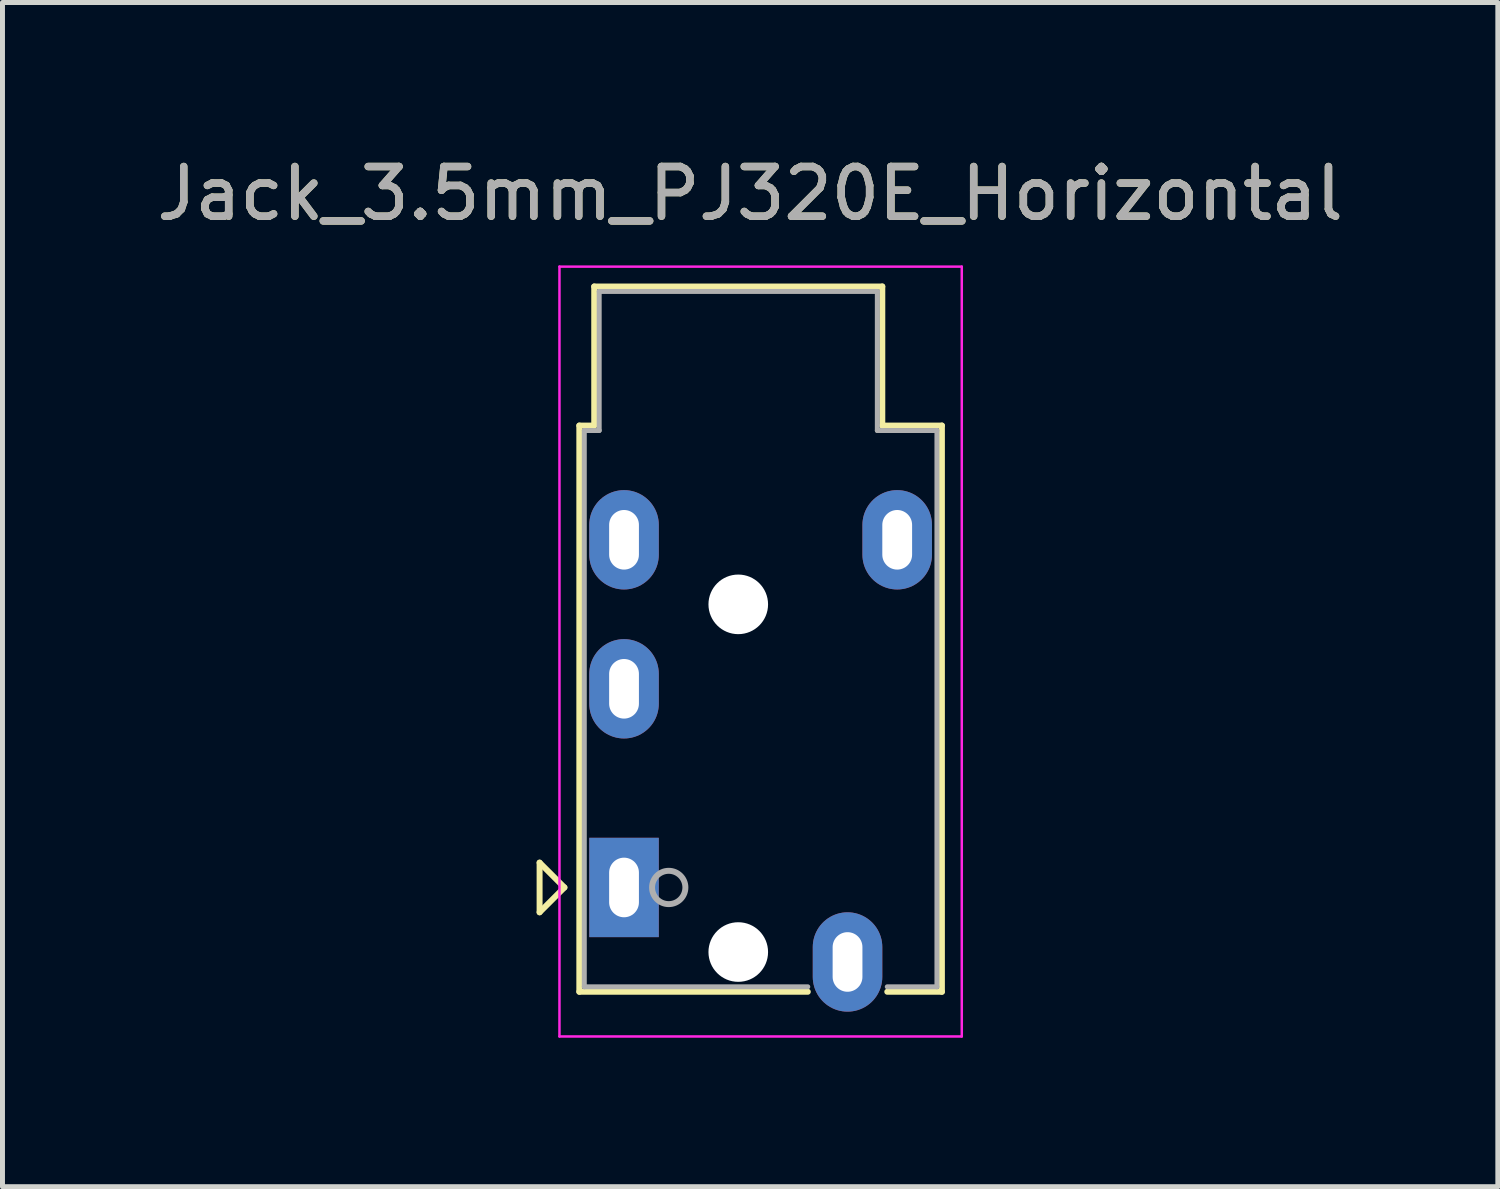
<source format=kicad_pcb>
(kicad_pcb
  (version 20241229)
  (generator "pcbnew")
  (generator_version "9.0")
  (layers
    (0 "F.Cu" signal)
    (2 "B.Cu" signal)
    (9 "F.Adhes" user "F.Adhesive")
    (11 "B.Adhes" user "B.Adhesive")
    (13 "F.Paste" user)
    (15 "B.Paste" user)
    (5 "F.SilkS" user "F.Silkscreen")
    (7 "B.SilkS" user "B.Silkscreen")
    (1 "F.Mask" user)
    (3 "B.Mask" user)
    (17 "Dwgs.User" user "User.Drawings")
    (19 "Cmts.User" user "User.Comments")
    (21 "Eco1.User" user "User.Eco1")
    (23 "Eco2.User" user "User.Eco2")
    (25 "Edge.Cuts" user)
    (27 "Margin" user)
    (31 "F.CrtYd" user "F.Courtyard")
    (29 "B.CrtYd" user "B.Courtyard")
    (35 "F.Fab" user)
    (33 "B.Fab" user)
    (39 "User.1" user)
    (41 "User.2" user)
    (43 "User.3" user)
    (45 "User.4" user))
  (footprint "Jack_3.5mm_PJ320E_Horizontal"
    (layer "F.Cu")
    (at 9.514 14.818)
    (property "Reference" "Jack_3.5mm_PJ320E_Horizontal" (at 2.54 -13.97 0) (layer "F.SilkS") (effects (font (size 1 1) (thickness 0.15))))
    (attr through_hole)
    (fp_line (start -1.7 -0.5) (end -1.7 0.5) (stroke (width 0.12) (type solid)) (layer "F.SilkS"))
    (fp_line (start -1.7 0.5) (end -1.2 0) (stroke (width 0.12) (type solid)) (layer "F.SilkS"))
    (fp_line (start -1.2 0) (end -1.7 -0.5) (stroke (width 0.12) (type solid)) (layer "F.SilkS"))
    (fp_line (start -0.9 -9.3) (end -0.9 2.1) (stroke (width 0.12) (type solid)) (layer "F.SilkS"))
    (fp_line (start -0.9 -9.3) (end -0.6 -9.3) (stroke (width 0.12) (type solid)) (layer "F.SilkS"))
    (fp_line (start -0.9 2.1) (end 3.7 2.1) (stroke (width 0.12) (type solid)) (layer "F.SilkS"))
    (fp_line (start -0.6 -9.3) (end -0.6 -12.1) (stroke (width 0.12) (type solid)) (layer "F.SilkS"))
    (fp_line (start 5.2 -12.1) (end -0.6 -12.1) (stroke (width 0.12) (type solid)) (layer "F.SilkS"))
    (fp_line (start 5.2 -9.3) (end 5.2 -12.1) (stroke (width 0.12) (type solid)) (layer "F.SilkS"))
    (fp_line (start 5.2 -9.3) (end 6.4 -9.3) (stroke (width 0.12) (type solid)) (layer "F.SilkS"))
    (fp_line (start 6.4 -9.3) (end 6.4 2.1) (stroke (width 0.12) (type solid)) (layer "F.SilkS"))
    (fp_line (start 6.4 2.1) (end 5.3 2.1) (stroke (width 0.12) (type solid)) (layer "F.SilkS"))
    (fp_line (start -1.3 -12.5) (end -1.3 3) (stroke (width 0.05) (type solid)) (layer "F.CrtYd"))
    (fp_line (start -1.3 -12.5) (end 6.8 -12.5) (stroke (width 0.05) (type solid)) (layer "F.CrtYd"))
    (fp_line (start -1.3 3) (end 6.8 3) (stroke (width 0.05) (type solid)) (layer "F.CrtYd"))
    (fp_line (start 6.8 -12.5) (end 6.8 3) (stroke (width 0.05) (type solid)) (layer "F.CrtYd"))
    (fp_line (start -0.8 -9.2) (end -0.5 -9.2) (stroke (width 0.1) (type solid)) (layer "F.Fab"))
    (fp_line (start -0.8 2) (end -0.8 -9.2) (stroke (width 0.1) (type solid)) (layer "F.Fab"))
    (fp_line (start -0.5 -12) (end 5.1 -12) (stroke (width 0.1) (type solid)) (layer "F.Fab"))
    (fp_line (start -0.5 -9.2) (end -0.5 -12) (stroke (width 0.1) (type solid)) (layer "F.Fab"))
    (fp_line (start 3.7 2) (end -0.8 2) (stroke (width 0.1) (type solid)) (layer "F.Fab"))
    (fp_line (start 5.1 -12) (end 5.1 -9.2) (stroke (width 0.1) (type solid)) (layer "F.Fab"))
    (fp_line (start 5.1 -9.2) (end 6.3 -9.2) (stroke (width 0.1) (type solid)) (layer "F.Fab"))
    (fp_line (start 6.3 -9.2) (end 6.3 2) (stroke (width 0.1) (type solid)) (layer "F.Fab"))
    (fp_line (start 6.3 2) (end 5.3 2) (stroke (width 0.1) (type solid)) (layer "F.Fab"))
    (fp_circle (center 0.9 0) (end 1.2 0.15) (stroke (width 0.12) (type solid)) (fill no) (layer "F.Fab"))
    (fp_text user "${REFERENCE}" (at 2.54 -13.97 0) (layer "F.Fab") (effects (font (size 1 1) (thickness 0.15))))
    (pad "" np_thru_hole circle (at 2.3 -5.7 270) (size 1.2 1.2) (drill 1.2) (layers "*.Cu" "*.Mask"))
    (pad "" np_thru_hole circle (at 2.3 1.3 270) (size 1.2 1.2) (drill 1.2) (layers "*.Cu" "*.Mask"))
    (pad "" thru_hole oval (at 5.5 -7 270) (size 2 1.4) (drill oval 1.2 0.6) (layers "*.Cu" "*.Mask"))
    (pad "R1" thru_hole oval (at 0 -4 270) (size 2 1.4) (drill oval 1.2 0.6) (layers "*.Cu" "*.Mask"))
    (pad "R2" thru_hole oval (at 0 -7 270) (size 2 1.4) (drill oval 1.2 0.6) (layers "*.Cu" "*.Mask"))
    (pad "S" thru_hole oval (at 4.5 1.5 270) (size 2 1.4) (drill oval 1.2 0.6) (layers "*.Cu" "*.Mask"))
    (pad "T" thru_hole rect (at 0 0 270) (size 2 1.4) (drill oval 1.2 0.6) (layers "*.Cu" "*.Mask")))
  (gr_rect
    (start -3 -3)
    (end 27.107 20.843)
    (stroke (width 0.1) (type default))
    (fill no)
    (layer "Edge.Cuts")))
</source>
